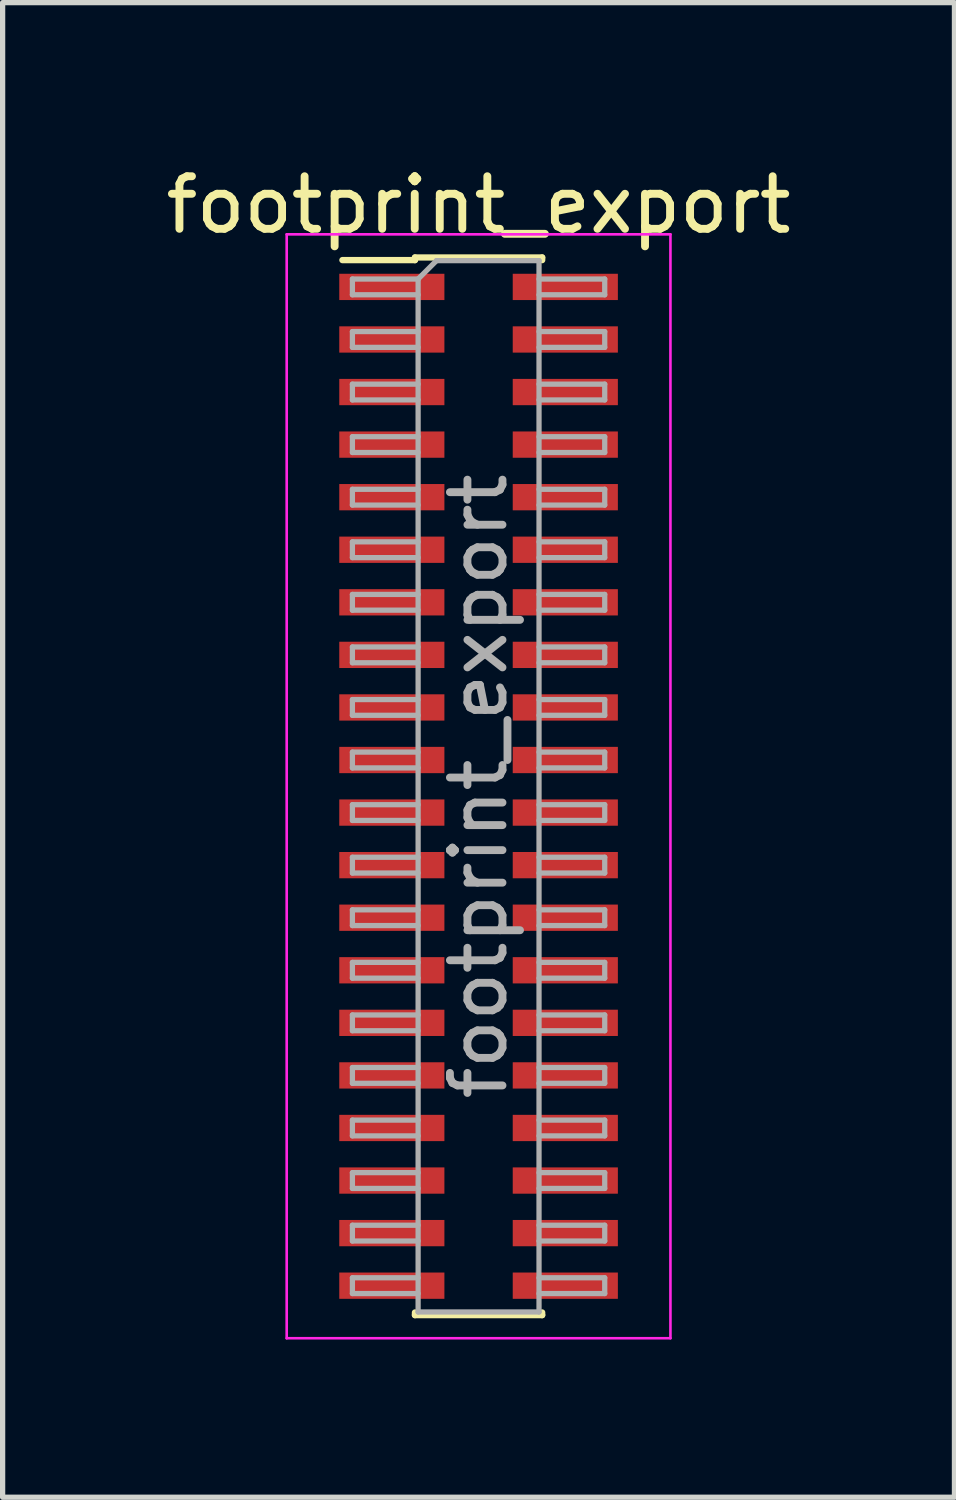
<source format=kicad_pcb>
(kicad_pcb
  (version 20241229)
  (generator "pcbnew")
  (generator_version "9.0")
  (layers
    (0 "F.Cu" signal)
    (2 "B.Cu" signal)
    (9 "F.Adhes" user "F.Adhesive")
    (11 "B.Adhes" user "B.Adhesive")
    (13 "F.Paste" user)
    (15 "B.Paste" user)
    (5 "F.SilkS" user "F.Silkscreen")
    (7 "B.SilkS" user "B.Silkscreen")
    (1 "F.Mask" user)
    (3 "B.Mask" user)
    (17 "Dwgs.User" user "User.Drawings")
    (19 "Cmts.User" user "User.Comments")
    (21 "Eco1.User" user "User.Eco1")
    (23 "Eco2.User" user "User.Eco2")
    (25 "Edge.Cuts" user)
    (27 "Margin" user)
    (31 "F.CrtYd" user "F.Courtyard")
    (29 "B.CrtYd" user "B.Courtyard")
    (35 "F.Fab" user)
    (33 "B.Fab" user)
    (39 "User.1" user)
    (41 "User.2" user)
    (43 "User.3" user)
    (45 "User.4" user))
  (footprint "footprint_export"
    (layer "F.Cu")
    (at 6.054 11.908)
    (property "Reference" "footprint_export" (at 0 -11.06 0) (layer "F.SilkS") (effects (font (size 1 1) (thickness 0.15))))
    (attr smd)
    (fp_line (start -2.59 -10.01) (end -1.21 -10.01) (stroke (width 0.12) (type solid)) (layer "F.SilkS"))
    (fp_line (start -1.21 -10.06) (end -1.21 -10.01) (stroke (width 0.12) (type solid)) (layer "F.SilkS"))
    (fp_line (start -1.21 -10.06) (end 1.21 -10.06) (stroke (width 0.12) (type solid)) (layer "F.SilkS"))
    (fp_line (start -1.21 10.01) (end -1.21 10.06) (stroke (width 0.12) (type solid)) (layer "F.SilkS"))
    (fp_line (start -1.21 10.06) (end 1.21 10.06) (stroke (width 0.12) (type solid)) (layer "F.SilkS"))
    (fp_line (start 1.21 -10.06) (end 1.21 -10.01) (stroke (width 0.12) (type solid)) (layer "F.SilkS"))
    (fp_line (start 1.21 10.01) (end 1.21 10.06) (stroke (width 0.12) (type solid)) (layer "F.SilkS"))
    (fp_line (start -3.65 -10.5) (end -3.65 10.5) (stroke (width 0.05) (type solid)) (layer "F.CrtYd"))
    (fp_line (start -3.65 10.5) (end 3.65 10.5) (stroke (width 0.05) (type solid)) (layer "F.CrtYd"))
    (fp_line (start 3.65 -10.5) (end -3.65 -10.5) (stroke (width 0.05) (type solid)) (layer "F.CrtYd"))
    (fp_line (start 3.65 10.5) (end 3.65 -10.5) (stroke (width 0.05) (type solid)) (layer "F.CrtYd"))
    (fp_line (start -2.4 -9.65) (end -2.4 -9.35) (stroke (width 0.1) (type solid)) (layer "F.Fab"))
    (fp_line (start -2.4 -9.35) (end -1.15 -9.35) (stroke (width 0.1) (type solid)) (layer "F.Fab"))
    (fp_line (start -2.4 -8.65) (end -2.4 -8.35) (stroke (width 0.1) (type solid)) (layer "F.Fab"))
    (fp_line (start -2.4 -8.35) (end -1.15 -8.35) (stroke (width 0.1) (type solid)) (layer "F.Fab"))
    (fp_line (start -2.4 -7.65) (end -2.4 -7.35) (stroke (width 0.1) (type solid)) (layer "F.Fab"))
    (fp_line (start -2.4 -7.35) (end -1.15 -7.35) (stroke (width 0.1) (type solid)) (layer "F.Fab"))
    (fp_line (start -2.4 -6.65) (end -2.4 -6.35) (stroke (width 0.1) (type solid)) (layer "F.Fab"))
    (fp_line (start -2.4 -6.35) (end -1.15 -6.35) (stroke (width 0.1) (type solid)) (layer "F.Fab"))
    (fp_line (start -2.4 -5.65) (end -2.4 -5.35) (stroke (width 0.1) (type solid)) (layer "F.Fab"))
    (fp_line (start -2.4 -5.35) (end -1.15 -5.35) (stroke (width 0.1) (type solid)) (layer "F.Fab"))
    (fp_line (start -2.4 -4.65) (end -2.4 -4.35) (stroke (width 0.1) (type solid)) (layer "F.Fab"))
    (fp_line (start -2.4 -4.35) (end -1.15 -4.35) (stroke (width 0.1) (type solid)) (layer "F.Fab"))
    (fp_line (start -2.4 -3.65) (end -2.4 -3.35) (stroke (width 0.1) (type solid)) (layer "F.Fab"))
    (fp_line (start -2.4 -3.35) (end -1.15 -3.35) (stroke (width 0.1) (type solid)) (layer "F.Fab"))
    (fp_line (start -2.4 -2.65) (end -2.4 -2.35) (stroke (width 0.1) (type solid)) (layer "F.Fab"))
    (fp_line (start -2.4 -2.35) (end -1.15 -2.35) (stroke (width 0.1) (type solid)) (layer "F.Fab"))
    (fp_line (start -2.4 -1.65) (end -2.4 -1.35) (stroke (width 0.1) (type solid)) (layer "F.Fab"))
    (fp_line (start -2.4 -1.35) (end -1.15 -1.35) (stroke (width 0.1) (type solid)) (layer "F.Fab"))
    (fp_line (start -2.4 -0.65) (end -2.4 -0.35) (stroke (width 0.1) (type solid)) (layer "F.Fab"))
    (fp_line (start -2.4 -0.35) (end -1.15 -0.35) (stroke (width 0.1) (type solid)) (layer "F.Fab"))
    (fp_line (start -2.4 0.35) (end -2.4 0.65) (stroke (width 0.1) (type solid)) (layer "F.Fab"))
    (fp_line (start -2.4 0.65) (end -1.15 0.65) (stroke (width 0.1) (type solid)) (layer "F.Fab"))
    (fp_line (start -2.4 1.35) (end -2.4 1.65) (stroke (width 0.1) (type solid)) (layer "F.Fab"))
    (fp_line (start -2.4 1.65) (end -1.15 1.65) (stroke (width 0.1) (type solid)) (layer "F.Fab"))
    (fp_line (start -2.4 2.35) (end -2.4 2.65) (stroke (width 0.1) (type solid)) (layer "F.Fab"))
    (fp_line (start -2.4 2.65) (end -1.15 2.65) (stroke (width 0.1) (type solid)) (layer "F.Fab"))
    (fp_line (start -2.4 3.35) (end -2.4 3.65) (stroke (width 0.1) (type solid)) (layer "F.Fab"))
    (fp_line (start -2.4 3.65) (end -1.15 3.65) (stroke (width 0.1) (type solid)) (layer "F.Fab"))
    (fp_line (start -2.4 4.35) (end -2.4 4.65) (stroke (width 0.1) (type solid)) (layer "F.Fab"))
    (fp_line (start -2.4 4.65) (end -1.15 4.65) (stroke (width 0.1) (type solid)) (layer "F.Fab"))
    (fp_line (start -2.4 5.35) (end -2.4 5.65) (stroke (width 0.1) (type solid)) (layer "F.Fab"))
    (fp_line (start -2.4 5.65) (end -1.15 5.65) (stroke (width 0.1) (type solid)) (layer "F.Fab"))
    (fp_line (start -2.4 6.35) (end -2.4 6.65) (stroke (width 0.1) (type solid)) (layer "F.Fab"))
    (fp_line (start -2.4 6.65) (end -1.15 6.65) (stroke (width 0.1) (type solid)) (layer "F.Fab"))
    (fp_line (start -2.4 7.35) (end -2.4 7.65) (stroke (width 0.1) (type solid)) (layer "F.Fab"))
    (fp_line (start -2.4 7.65) (end -1.15 7.65) (stroke (width 0.1) (type solid)) (layer "F.Fab"))
    (fp_line (start -2.4 8.35) (end -2.4 8.65) (stroke (width 0.1) (type solid)) (layer "F.Fab"))
    (fp_line (start -2.4 8.65) (end -1.15 8.65) (stroke (width 0.1) (type solid)) (layer "F.Fab"))
    (fp_line (start -2.4 9.35) (end -2.4 9.65) (stroke (width 0.1) (type solid)) (layer "F.Fab"))
    (fp_line (start -2.4 9.65) (end -1.15 9.65) (stroke (width 0.1) (type solid)) (layer "F.Fab"))
    (fp_line (start -1.15 -9.65) (end -2.4 -9.65) (stroke (width 0.1) (type solid)) (layer "F.Fab"))
    (fp_line (start -1.15 -9.65) (end -0.8 -10) (stroke (width 0.1) (type solid)) (layer "F.Fab"))
    (fp_line (start -1.15 -8.65) (end -2.4 -8.65) (stroke (width 0.1) (type solid)) (layer "F.Fab"))
    (fp_line (start -1.15 -7.65) (end -2.4 -7.65) (stroke (width 0.1) (type solid)) (layer "F.Fab"))
    (fp_line (start -1.15 -6.65) (end -2.4 -6.65) (stroke (width 0.1) (type solid)) (layer "F.Fab"))
    (fp_line (start -1.15 -5.65) (end -2.4 -5.65) (stroke (width 0.1) (type solid)) (layer "F.Fab"))
    (fp_line (start -1.15 -4.65) (end -2.4 -4.65) (stroke (width 0.1) (type solid)) (layer "F.Fab"))
    (fp_line (start -1.15 -3.65) (end -2.4 -3.65) (stroke (width 0.1) (type solid)) (layer "F.Fab"))
    (fp_line (start -1.15 -2.65) (end -2.4 -2.65) (stroke (width 0.1) (type solid)) (layer "F.Fab"))
    (fp_line (start -1.15 -1.65) (end -2.4 -1.65) (stroke (width 0.1) (type solid)) (layer "F.Fab"))
    (fp_line (start -1.15 -0.65) (end -2.4 -0.65) (stroke (width 0.1) (type solid)) (layer "F.Fab"))
    (fp_line (start -1.15 0.35) (end -2.4 0.35) (stroke (width 0.1) (type solid)) (layer "F.Fab"))
    (fp_line (start -1.15 1.35) (end -2.4 1.35) (stroke (width 0.1) (type solid)) (layer "F.Fab"))
    (fp_line (start -1.15 2.35) (end -2.4 2.35) (stroke (width 0.1) (type solid)) (layer "F.Fab"))
    (fp_line (start -1.15 3.35) (end -2.4 3.35) (stroke (width 0.1) (type solid)) (layer "F.Fab"))
    (fp_line (start -1.15 4.35) (end -2.4 4.35) (stroke (width 0.1) (type solid)) (layer "F.Fab"))
    (fp_line (start -1.15 5.35) (end -2.4 5.35) (stroke (width 0.1) (type solid)) (layer "F.Fab"))
    (fp_line (start -1.15 6.35) (end -2.4 6.35) (stroke (width 0.1) (type solid)) (layer "F.Fab"))
    (fp_line (start -1.15 7.35) (end -2.4 7.35) (stroke (width 0.1) (type solid)) (layer "F.Fab"))
    (fp_line (start -1.15 8.35) (end -2.4 8.35) (stroke (width 0.1) (type solid)) (layer "F.Fab"))
    (fp_line (start -1.15 9.35) (end -2.4 9.35) (stroke (width 0.1) (type solid)) (layer "F.Fab"))
    (fp_line (start -1.15 10) (end -1.15 -9.65) (stroke (width 0.1) (type solid)) (layer "F.Fab"))
    (fp_line (start -0.8 -10) (end 1.15 -10) (stroke (width 0.1) (type solid)) (layer "F.Fab"))
    (fp_line (start 1.15 -10) (end 1.15 10) (stroke (width 0.1) (type solid)) (layer "F.Fab"))
    (fp_line (start 1.15 -9.65) (end 2.4 -9.65) (stroke (width 0.1) (type solid)) (layer "F.Fab"))
    (fp_line (start 1.15 -8.65) (end 2.4 -8.65) (stroke (width 0.1) (type solid)) (layer "F.Fab"))
    (fp_line (start 1.15 -7.65) (end 2.4 -7.65) (stroke (width 0.1) (type solid)) (layer "F.Fab"))
    (fp_line (start 1.15 -6.65) (end 2.4 -6.65) (stroke (width 0.1) (type solid)) (layer "F.Fab"))
    (fp_line (start 1.15 -5.65) (end 2.4 -5.65) (stroke (width 0.1) (type solid)) (layer "F.Fab"))
    (fp_line (start 1.15 -4.65) (end 2.4 -4.65) (stroke (width 0.1) (type solid)) (layer "F.Fab"))
    (fp_line (start 1.15 -3.65) (end 2.4 -3.65) (stroke (width 0.1) (type solid)) (layer "F.Fab"))
    (fp_line (start 1.15 -2.65) (end 2.4 -2.65) (stroke (width 0.1) (type solid)) (layer "F.Fab"))
    (fp_line (start 1.15 -1.65) (end 2.4 -1.65) (stroke (width 0.1) (type solid)) (layer "F.Fab"))
    (fp_line (start 1.15 -0.65) (end 2.4 -0.65) (stroke (width 0.1) (type solid)) (layer "F.Fab"))
    (fp_line (start 1.15 0.35) (end 2.4 0.35) (stroke (width 0.1) (type solid)) (layer "F.Fab"))
    (fp_line (start 1.15 1.35) (end 2.4 1.35) (stroke (width 0.1) (type solid)) (layer "F.Fab"))
    (fp_line (start 1.15 2.35) (end 2.4 2.35) (stroke (width 0.1) (type solid)) (layer "F.Fab"))
    (fp_line (start 1.15 3.35) (end 2.4 3.35) (stroke (width 0.1) (type solid)) (layer "F.Fab"))
    (fp_line (start 1.15 4.35) (end 2.4 4.35) (stroke (width 0.1) (type solid)) (layer "F.Fab"))
    (fp_line (start 1.15 5.35) (end 2.4 5.35) (stroke (width 0.1) (type solid)) (layer "F.Fab"))
    (fp_line (start 1.15 6.35) (end 2.4 6.35) (stroke (width 0.1) (type solid)) (layer "F.Fab"))
    (fp_line (start 1.15 7.35) (end 2.4 7.35) (stroke (width 0.1) (type solid)) (layer "F.Fab"))
    (fp_line (start 1.15 8.35) (end 2.4 8.35) (stroke (width 0.1) (type solid)) (layer "F.Fab"))
    (fp_line (start 1.15 9.35) (end 2.4 9.35) (stroke (width 0.1) (type solid)) (layer "F.Fab"))
    (fp_line (start 1.15 10) (end -1.15 10) (stroke (width 0.1) (type solid)) (layer "F.Fab"))
    (fp_line (start 2.4 -9.65) (end 2.4 -9.35) (stroke (width 0.1) (type solid)) (layer "F.Fab"))
    (fp_line (start 2.4 -9.35) (end 1.15 -9.35) (stroke (width 0.1) (type solid)) (layer "F.Fab"))
    (fp_line (start 2.4 -8.65) (end 2.4 -8.35) (stroke (width 0.1) (type solid)) (layer "F.Fab"))
    (fp_line (start 2.4 -8.35) (end 1.15 -8.35) (stroke (width 0.1) (type solid)) (layer "F.Fab"))
    (fp_line (start 2.4 -7.65) (end 2.4 -7.35) (stroke (width 0.1) (type solid)) (layer "F.Fab"))
    (fp_line (start 2.4 -7.35) (end 1.15 -7.35) (stroke (width 0.1) (type solid)) (layer "F.Fab"))
    (fp_line (start 2.4 -6.65) (end 2.4 -6.35) (stroke (width 0.1) (type solid)) (layer "F.Fab"))
    (fp_line (start 2.4 -6.35) (end 1.15 -6.35) (stroke (width 0.1) (type solid)) (layer "F.Fab"))
    (fp_line (start 2.4 -5.65) (end 2.4 -5.35) (stroke (width 0.1) (type solid)) (layer "F.Fab"))
    (fp_line (start 2.4 -5.35) (end 1.15 -5.35) (stroke (width 0.1) (type solid)) (layer "F.Fab"))
    (fp_line (start 2.4 -4.65) (end 2.4 -4.35) (stroke (width 0.1) (type solid)) (layer "F.Fab"))
    (fp_line (start 2.4 -4.35) (end 1.15 -4.35) (stroke (width 0.1) (type solid)) (layer "F.Fab"))
    (fp_line (start 2.4 -3.65) (end 2.4 -3.35) (stroke (width 0.1) (type solid)) (layer "F.Fab"))
    (fp_line (start 2.4 -3.35) (end 1.15 -3.35) (stroke (width 0.1) (type solid)) (layer "F.Fab"))
    (fp_line (start 2.4 -2.65) (end 2.4 -2.35) (stroke (width 0.1) (type solid)) (layer "F.Fab"))
    (fp_line (start 2.4 -2.35) (end 1.15 -2.35) (stroke (width 0.1) (type solid)) (layer "F.Fab"))
    (fp_line (start 2.4 -1.65) (end 2.4 -1.35) (stroke (width 0.1) (type solid)) (layer "F.Fab"))
    (fp_line (start 2.4 -1.35) (end 1.15 -1.35) (stroke (width 0.1) (type solid)) (layer "F.Fab"))
    (fp_line (start 2.4 -0.65) (end 2.4 -0.35) (stroke (width 0.1) (type solid)) (layer "F.Fab"))
    (fp_line (start 2.4 -0.35) (end 1.15 -0.35) (stroke (width 0.1) (type solid)) (layer "F.Fab"))
    (fp_line (start 2.4 0.35) (end 2.4 0.65) (stroke (width 0.1) (type solid)) (layer "F.Fab"))
    (fp_line (start 2.4 0.65) (end 1.15 0.65) (stroke (width 0.1) (type solid)) (layer "F.Fab"))
    (fp_line (start 2.4 1.35) (end 2.4 1.65) (stroke (width 0.1) (type solid)) (layer "F.Fab"))
    (fp_line (start 2.4 1.65) (end 1.15 1.65) (stroke (width 0.1) (type solid)) (layer "F.Fab"))
    (fp_line (start 2.4 2.35) (end 2.4 2.65) (stroke (width 0.1) (type solid)) (layer "F.Fab"))
    (fp_line (start 2.4 2.65) (end 1.15 2.65) (stroke (width 0.1) (type solid)) (layer "F.Fab"))
    (fp_line (start 2.4 3.35) (end 2.4 3.65) (stroke (width 0.1) (type solid)) (layer "F.Fab"))
    (fp_line (start 2.4 3.65) (end 1.15 3.65) (stroke (width 0.1) (type solid)) (layer "F.Fab"))
    (fp_line (start 2.4 4.35) (end 2.4 4.65) (stroke (width 0.1) (type solid)) (layer "F.Fab"))
    (fp_line (start 2.4 4.65) (end 1.15 4.65) (stroke (width 0.1) (type solid)) (layer "F.Fab"))
    (fp_line (start 2.4 5.35) (end 2.4 5.65) (stroke (width 0.1) (type solid)) (layer "F.Fab"))
    (fp_line (start 2.4 5.65) (end 1.15 5.65) (stroke (width 0.1) (type solid)) (layer "F.Fab"))
    (fp_line (start 2.4 6.35) (end 2.4 6.65) (stroke (width 0.1) (type solid)) (layer "F.Fab"))
    (fp_line (start 2.4 6.65) (end 1.15 6.65) (stroke (width 0.1) (type solid)) (layer "F.Fab"))
    (fp_line (start 2.4 7.35) (end 2.4 7.65) (stroke (width 0.1) (type solid)) (layer "F.Fab"))
    (fp_line (start 2.4 7.65) (end 1.15 7.65) (stroke (width 0.1) (type solid)) (layer "F.Fab"))
    (fp_line (start 2.4 8.35) (end 2.4 8.65) (stroke (width 0.1) (type solid)) (layer "F.Fab"))
    (fp_line (start 2.4 8.65) (end 1.15 8.65) (stroke (width 0.1) (type solid)) (layer "F.Fab"))
    (fp_line (start 2.4 9.35) (end 2.4 9.65) (stroke (width 0.1) (type solid)) (layer "F.Fab"))
    (fp_line (start 2.4 9.65) (end 1.15 9.65) (stroke (width 0.1) (type solid)) (layer "F.Fab"))
    (fp_text user "${REFERENCE}" (at 0 0 90) (layer "F.Fab") (effects (font (size 1 1) (thickness 0.15))))
    (pad "1" smd rect (at -1.65 -9.5) (size 2 0.5) (layers "F.Cu" "F.Mask" "F.Paste"))
    (pad "2" smd rect (at 1.65 -9.5) (size 2 0.5) (layers "F.Cu" "F.Mask" "F.Paste"))
    (pad "3" smd rect (at -1.65 -8.5) (size 2 0.5) (layers "F.Cu" "F.Mask" "F.Paste"))
    (pad "4" smd rect (at 1.65 -8.5) (size 2 0.5) (layers "F.Cu" "F.Mask" "F.Paste"))
    (pad "5" smd rect (at -1.65 -7.5) (size 2 0.5) (layers "F.Cu" "F.Mask" "F.Paste"))
    (pad "6" smd rect (at 1.65 -7.5) (size 2 0.5) (layers "F.Cu" "F.Mask" "F.Paste"))
    (pad "7" smd rect (at -1.65 -6.5) (size 2 0.5) (layers "F.Cu" "F.Mask" "F.Paste"))
    (pad "8" smd rect (at 1.65 -6.5) (size 2 0.5) (layers "F.Cu" "F.Mask" "F.Paste"))
    (pad "9" smd rect (at -1.65 -5.5) (size 2 0.5) (layers "F.Cu" "F.Mask" "F.Paste"))
    (pad "10" smd rect (at 1.65 -5.5) (size 2 0.5) (layers "F.Cu" "F.Mask" "F.Paste"))
    (pad "11" smd rect (at -1.65 -4.5) (size 2 0.5) (layers "F.Cu" "F.Mask" "F.Paste"))
    (pad "12" smd rect (at 1.65 -4.5) (size 2 0.5) (layers "F.Cu" "F.Mask" "F.Paste"))
    (pad "13" smd rect (at -1.65 -3.5) (size 2 0.5) (layers "F.Cu" "F.Mask" "F.Paste"))
    (pad "14" smd rect (at 1.65 -3.5) (size 2 0.5) (layers "F.Cu" "F.Mask" "F.Paste"))
    (pad "15" smd rect (at -1.65 -2.5) (size 2 0.5) (layers "F.Cu" "F.Mask" "F.Paste"))
    (pad "16" smd rect (at 1.65 -2.5) (size 2 0.5) (layers "F.Cu" "F.Mask" "F.Paste"))
    (pad "17" smd rect (at -1.65 -1.5) (size 2 0.5) (layers "F.Cu" "F.Mask" "F.Paste"))
    (pad "18" smd rect (at 1.65 -1.5) (size 2 0.5) (layers "F.Cu" "F.Mask" "F.Paste"))
    (pad "19" smd rect (at -1.65 -0.5) (size 2 0.5) (layers "F.Cu" "F.Mask" "F.Paste"))
    (pad "20" smd rect (at 1.65 -0.5) (size 2 0.5) (layers "F.Cu" "F.Mask" "F.Paste"))
    (pad "21" smd rect (at -1.65 0.5) (size 2 0.5) (layers "F.Cu" "F.Mask" "F.Paste"))
    (pad "22" smd rect (at 1.65 0.5) (size 2 0.5) (layers "F.Cu" "F.Mask" "F.Paste"))
    (pad "23" smd rect (at -1.65 1.5) (size 2 0.5) (layers "F.Cu" "F.Mask" "F.Paste"))
    (pad "24" smd rect (at 1.65 1.5) (size 2 0.5) (layers "F.Cu" "F.Mask" "F.Paste"))
    (pad "25" smd rect (at -1.65 2.5) (size 2 0.5) (layers "F.Cu" "F.Mask" "F.Paste"))
    (pad "26" smd rect (at 1.65 2.5) (size 2 0.5) (layers "F.Cu" "F.Mask" "F.Paste"))
    (pad "27" smd rect (at -1.65 3.5) (size 2 0.5) (layers "F.Cu" "F.Mask" "F.Paste"))
    (pad "28" smd rect (at 1.65 3.5) (size 2 0.5) (layers "F.Cu" "F.Mask" "F.Paste"))
    (pad "29" smd rect (at -1.65 4.5) (size 2 0.5) (layers "F.Cu" "F.Mask" "F.Paste"))
    (pad "30" smd rect (at 1.65 4.5) (size 2 0.5) (layers "F.Cu" "F.Mask" "F.Paste"))
    (pad "31" smd rect (at -1.65 5.5) (size 2 0.5) (layers "F.Cu" "F.Mask" "F.Paste"))
    (pad "32" smd rect (at 1.65 5.5) (size 2 0.5) (layers "F.Cu" "F.Mask" "F.Paste"))
    (pad "33" smd rect (at -1.65 6.5) (size 2 0.5) (layers "F.Cu" "F.Mask" "F.Paste"))
    (pad "34" smd rect (at 1.65 6.5) (size 2 0.5) (layers "F.Cu" "F.Mask" "F.Paste"))
    (pad "35" smd rect (at -1.65 7.5) (size 2 0.5) (layers "F.Cu" "F.Mask" "F.Paste"))
    (pad "36" smd rect (at 1.65 7.5) (size 2 0.5) (layers "F.Cu" "F.Mask" "F.Paste"))
    (pad "37" smd rect (at -1.65 8.5) (size 2 0.5) (layers "F.Cu" "F.Mask" "F.Paste"))
    (pad "38" smd rect (at 1.65 8.5) (size 2 0.5) (layers "F.Cu" "F.Mask" "F.Paste"))
    (pad "39" smd rect (at -1.65 9.5) (size 2 0.5) (layers "F.Cu" "F.Mask" "F.Paste"))
    (pad "40" smd rect (at 1.65 9.5) (size 2 0.5) (layers "F.Cu" "F.Mask" "F.Paste")))
  (gr_rect
    (start -3 -3)
    (end 15.107 25.433)
    (stroke (width 0.1) (type default))
    (fill no)
    (layer "Edge.Cuts")))
</source>
